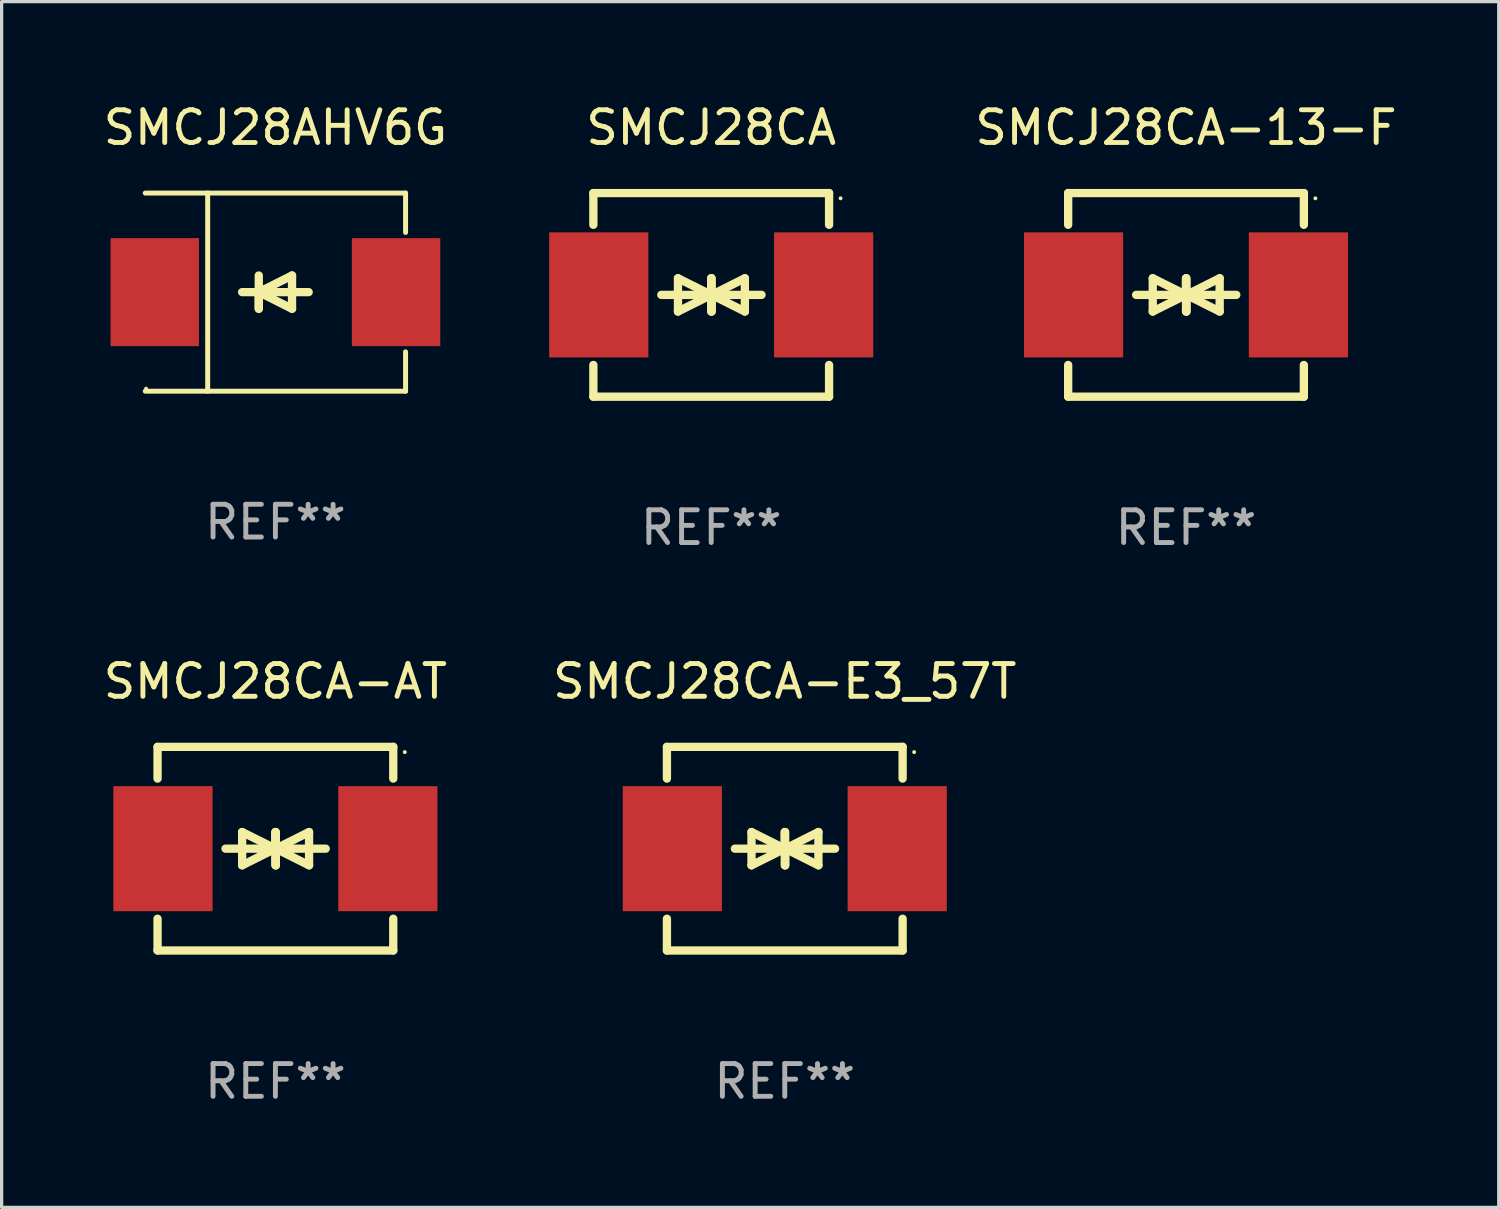
<source format=kicad_pcb>
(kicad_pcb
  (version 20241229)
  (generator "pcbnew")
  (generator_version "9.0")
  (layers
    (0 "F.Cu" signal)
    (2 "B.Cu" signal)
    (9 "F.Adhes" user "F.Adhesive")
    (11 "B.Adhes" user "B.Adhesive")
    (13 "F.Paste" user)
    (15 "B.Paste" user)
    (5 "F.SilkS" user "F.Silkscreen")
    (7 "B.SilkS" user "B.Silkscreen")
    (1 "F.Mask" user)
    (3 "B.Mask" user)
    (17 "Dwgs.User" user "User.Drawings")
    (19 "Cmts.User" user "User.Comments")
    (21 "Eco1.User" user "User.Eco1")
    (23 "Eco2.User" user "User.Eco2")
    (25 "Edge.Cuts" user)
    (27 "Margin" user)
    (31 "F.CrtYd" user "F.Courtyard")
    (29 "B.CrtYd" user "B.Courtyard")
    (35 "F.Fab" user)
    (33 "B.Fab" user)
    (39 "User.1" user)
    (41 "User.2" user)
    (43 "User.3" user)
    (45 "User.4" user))
  (footprint "SMCJ28CA-13-F"
    (layer "F.Cu")
    (at 33.18 5.958)
    (property "Reference" "SMCJ28CA-13-F" (at 0 -5.11 0) (layer "F.SilkS") (effects (font (size 1 1) (thickness 0.15))))
    (attr through_hole)
    (fp_line (start -3.6 -2.141) (end -3.6 -3.11) (stroke (width 0.254) (type solid)) (layer "F.SilkS"))
    (fp_line (start -3.6 3.11) (end -3.6 2.141) (stroke (width 0.254) (type solid)) (layer "F.SilkS"))
    (fp_line (start -1.524 0) (end 0.508 0) (stroke (width 0.254) (type solid)) (layer "F.SilkS"))
    (fp_line (start -1.016 -0.508) (end -1.016 0.508) (stroke (width 0.254) (type solid)) (layer "F.SilkS"))
    (fp_line (start -1.016 0.508) (end 0 0) (stroke (width 0.254) (type solid)) (layer "F.SilkS"))
    (fp_line (start 0 -0.508) (end 0 0.508) (stroke (width 0.254) (type solid)) (layer "F.SilkS"))
    (fp_line (start 0 0) (end -1.016 -0.508) (stroke (width 0.254) (type solid)) (layer "F.SilkS"))
    (fp_line (start 0 0) (end 0 -0.508) (stroke (width 0.254) (type solid)) (layer "F.SilkS"))
    (fp_line (start 0.012 0) (end 0.012 0.508) (stroke (width 0.254) (type solid)) (layer "F.SilkS"))
    (fp_line (start 0.012 0) (end 1.028 0.508) (stroke (width 0.254) (type solid)) (layer "F.SilkS"))
    (fp_line (start 0.012 0.508) (end 0.012 -0.508) (stroke (width 0.254) (type solid)) (layer "F.SilkS"))
    (fp_line (start 1.028 -0.508) (end 0.012 0) (stroke (width 0.254) (type solid)) (layer "F.SilkS"))
    (fp_line (start 1.028 0.508) (end 1.028 -0.508) (stroke (width 0.254) (type solid)) (layer "F.SilkS"))
    (fp_line (start 1.536 0) (end -0.496 0) (stroke (width 0.254) (type solid)) (layer "F.SilkS"))
    (fp_line (start 3.6 -3.11) (end -3.6 -3.11) (stroke (width 0.254) (type solid)) (layer "F.SilkS"))
    (fp_line (start 3.6 -2.141) (end 3.6 -3.11) (stroke (width 0.254) (type solid)) (layer "F.SilkS"))
    (fp_line (start 3.6 3.11) (end -3.6 3.11) (stroke (width 0.254) (type solid)) (layer "F.SilkS"))
    (fp_line (start 3.6 3.11) (end 3.6 2.141) (stroke (width 0.254) (type solid)) (layer "F.SilkS"))
    (fp_circle (center 3.952 -2.95) (end 3.982 -2.95) (stroke (width 0.06) (type solid)) (fill no) (layer "F.SilkS"))
    (fp_text user "REF**" (at 0 7.11 0) (layer "F.Fab") (effects (font (size 1 1) (thickness 0.15))))
    (pad "1" smd rect (at 3.435 0) (size 3.03 3.82) (layers "F.Cu" "F.Mask" "F.Paste"))
    (pad "2" smd rect (at -3.435 0) (size 3.03 3.82) (layers "F.Cu" "F.Mask" "F.Paste")))
  (footprint "SMCJ28CA-E3_57T"
    (layer "F.Cu")
    (at 20.923 22.875)
    (property "Reference" "SMCJ28CA-E3_57T" (at 0 -5.11 0) (layer "F.SilkS") (effects (font (size 1 1) (thickness 0.15))))
    (attr through_hole)
    (fp_line (start -3.6 -2.141) (end -3.6 -3.11) (stroke (width 0.254) (type solid)) (layer "F.SilkS"))
    (fp_line (start -3.6 3.11) (end -3.6 2.141) (stroke (width 0.254) (type solid)) (layer "F.SilkS"))
    (fp_line (start -1.524 0) (end 0.508 0) (stroke (width 0.254) (type solid)) (layer "F.SilkS"))
    (fp_line (start -1.016 -0.508) (end -1.016 0.508) (stroke (width 0.254) (type solid)) (layer "F.SilkS"))
    (fp_line (start -1.016 0.508) (end 0 0) (stroke (width 0.254) (type solid)) (layer "F.SilkS"))
    (fp_line (start 0 -0.508) (end 0 0.508) (stroke (width 0.254) (type solid)) (layer "F.SilkS"))
    (fp_line (start 0 0) (end -1.016 -0.508) (stroke (width 0.254) (type solid)) (layer "F.SilkS"))
    (fp_line (start 0 0) (end 0 -0.508) (stroke (width 0.254) (type solid)) (layer "F.SilkS"))
    (fp_line (start 0.012 0) (end 0.012 0.508) (stroke (width 0.254) (type solid)) (layer "F.SilkS"))
    (fp_line (start 0.012 0) (end 1.028 0.508) (stroke (width 0.254) (type solid)) (layer "F.SilkS"))
    (fp_line (start 0.012 0.508) (end 0.012 -0.508) (stroke (width 0.254) (type solid)) (layer "F.SilkS"))
    (fp_line (start 1.028 -0.508) (end 0.012 0) (stroke (width 0.254) (type solid)) (layer "F.SilkS"))
    (fp_line (start 1.028 0.508) (end 1.028 -0.508) (stroke (width 0.254) (type solid)) (layer "F.SilkS"))
    (fp_line (start 1.536 0) (end -0.496 0) (stroke (width 0.254) (type solid)) (layer "F.SilkS"))
    (fp_line (start 3.6 -3.11) (end -3.6 -3.11) (stroke (width 0.254) (type solid)) (layer "F.SilkS"))
    (fp_line (start 3.6 -2.141) (end 3.6 -3.11) (stroke (width 0.254) (type solid)) (layer "F.SilkS"))
    (fp_line (start 3.6 3.11) (end -3.6 3.11) (stroke (width 0.254) (type solid)) (layer "F.SilkS"))
    (fp_line (start 3.6 3.11) (end 3.6 2.141) (stroke (width 0.254) (type solid)) (layer "F.SilkS"))
    (fp_circle (center 3.952 -2.95) (end 3.982 -2.95) (stroke (width 0.06) (type solid)) (fill no) (layer "F.SilkS"))
    (fp_text user "REF**" (at 0 7.11 0) (layer "F.Fab") (effects (font (size 1 1) (thickness 0.15))))
    (pad "1" smd rect (at 3.435 0) (size 3.03 3.82) (layers "F.Cu" "F.Mask" "F.Paste"))
    (pad "2" smd rect (at -3.435 0) (size 3.03 3.82) (layers "F.Cu" "F.Mask" "F.Paste")))
  (footprint "SMCJ28CA-AT"
    (layer "F.Cu")
    (at 5.363 22.875)
    (property "Reference" "SMCJ28CA-AT" (at 0 -5.11 0) (layer "F.SilkS") (effects (font (size 1 1) (thickness 0.15))))
    (attr through_hole)
    (fp_line (start -3.6 -2.141) (end -3.6 -3.11) (stroke (width 0.254) (type solid)) (layer "F.SilkS"))
    (fp_line (start -3.6 3.11) (end -3.6 2.141) (stroke (width 0.254) (type solid)) (layer "F.SilkS"))
    (fp_line (start -1.524 0) (end 0.508 0) (stroke (width 0.254) (type solid)) (layer "F.SilkS"))
    (fp_line (start -1.016 -0.508) (end -1.016 0.508) (stroke (width 0.254) (type solid)) (layer "F.SilkS"))
    (fp_line (start -1.016 0.508) (end 0 0) (stroke (width 0.254) (type solid)) (layer "F.SilkS"))
    (fp_line (start 0 -0.508) (end 0 0.508) (stroke (width 0.254) (type solid)) (layer "F.SilkS"))
    (fp_line (start 0 0) (end -1.016 -0.508) (stroke (width 0.254) (type solid)) (layer "F.SilkS"))
    (fp_line (start 0 0) (end 0 -0.508) (stroke (width 0.254) (type solid)) (layer "F.SilkS"))
    (fp_line (start 0.012 0) (end 0.012 0.508) (stroke (width 0.254) (type solid)) (layer "F.SilkS"))
    (fp_line (start 0.012 0) (end 1.028 0.508) (stroke (width 0.254) (type solid)) (layer "F.SilkS"))
    (fp_line (start 0.012 0.508) (end 0.012 -0.508) (stroke (width 0.254) (type solid)) (layer "F.SilkS"))
    (fp_line (start 1.028 -0.508) (end 0.012 0) (stroke (width 0.254) (type solid)) (layer "F.SilkS"))
    (fp_line (start 1.028 0.508) (end 1.028 -0.508) (stroke (width 0.254) (type solid)) (layer "F.SilkS"))
    (fp_line (start 1.536 0) (end -0.496 0) (stroke (width 0.254) (type solid)) (layer "F.SilkS"))
    (fp_line (start 3.6 -3.11) (end -3.6 -3.11) (stroke (width 0.254) (type solid)) (layer "F.SilkS"))
    (fp_line (start 3.6 -2.141) (end 3.6 -3.11) (stroke (width 0.254) (type solid)) (layer "F.SilkS"))
    (fp_line (start 3.6 3.11) (end -3.6 3.11) (stroke (width 0.254) (type solid)) (layer "F.SilkS"))
    (fp_line (start 3.6 3.11) (end 3.6 2.141) (stroke (width 0.254) (type solid)) (layer "F.SilkS"))
    (fp_circle (center 3.952 -2.95) (end 3.982 -2.95) (stroke (width 0.06) (type solid)) (fill no) (layer "F.SilkS"))
    (fp_text user "REF**" (at 0 7.11 0) (layer "F.Fab") (effects (font (size 1 1) (thickness 0.15))))
    (pad "1" smd rect (at 3.435 0) (size 3.03 3.82) (layers "F.Cu" "F.Mask" "F.Paste"))
    (pad "2" smd rect (at -3.435 0) (size 3.03 3.82) (layers "F.Cu" "F.Mask" "F.Paste")))
  (footprint "SMCJ28CA"
    (layer "F.Cu")
    (at 18.676 5.958)
    (property "Reference" "SMCJ28CA" (at 0 -5.11 0) (layer "F.SilkS") (effects (font (size 1 1) (thickness 0.15))))
    (attr through_hole)
    (fp_line (start -3.6 -2.141) (end -3.6 -3.11) (stroke (width 0.254) (type solid)) (layer "F.SilkS"))
    (fp_line (start -3.6 3.11) (end -3.6 2.141) (stroke (width 0.254) (type solid)) (layer "F.SilkS"))
    (fp_line (start -1.524 0) (end 0.508 0) (stroke (width 0.254) (type solid)) (layer "F.SilkS"))
    (fp_line (start -1.016 -0.508) (end -1.016 0.508) (stroke (width 0.254) (type solid)) (layer "F.SilkS"))
    (fp_line (start -1.016 0.508) (end 0 0) (stroke (width 0.254) (type solid)) (layer "F.SilkS"))
    (fp_line (start 0 -0.508) (end 0 0.508) (stroke (width 0.254) (type solid)) (layer "F.SilkS"))
    (fp_line (start 0 0) (end -1.016 -0.508) (stroke (width 0.254) (type solid)) (layer "F.SilkS"))
    (fp_line (start 0 0) (end 0 -0.508) (stroke (width 0.254) (type solid)) (layer "F.SilkS"))
    (fp_line (start 0.012 0) (end 0.012 0.508) (stroke (width 0.254) (type solid)) (layer "F.SilkS"))
    (fp_line (start 0.012 0) (end 1.028 0.508) (stroke (width 0.254) (type solid)) (layer "F.SilkS"))
    (fp_line (start 0.012 0.508) (end 0.012 -0.508) (stroke (width 0.254) (type solid)) (layer "F.SilkS"))
    (fp_line (start 1.028 -0.508) (end 0.012 0) (stroke (width 0.254) (type solid)) (layer "F.SilkS"))
    (fp_line (start 1.028 0.508) (end 1.028 -0.508) (stroke (width 0.254) (type solid)) (layer "F.SilkS"))
    (fp_line (start 1.536 0) (end -0.496 0) (stroke (width 0.254) (type solid)) (layer "F.SilkS"))
    (fp_line (start 3.6 -3.11) (end -3.6 -3.11) (stroke (width 0.254) (type solid)) (layer "F.SilkS"))
    (fp_line (start 3.6 -2.141) (end 3.6 -3.11) (stroke (width 0.254) (type solid)) (layer "F.SilkS"))
    (fp_line (start 3.6 3.11) (end -3.6 3.11) (stroke (width 0.254) (type solid)) (layer "F.SilkS"))
    (fp_line (start 3.6 3.11) (end 3.6 2.141) (stroke (width 0.254) (type solid)) (layer "F.SilkS"))
    (fp_circle (center 3.952 -2.95) (end 3.982 -2.95) (stroke (width 0.06) (type solid)) (fill no) (layer "F.SilkS"))
    (fp_text user "REF**" (at 0 7.11 0) (layer "F.Fab") (effects (font (size 1 1) (thickness 0.15))))
    (pad "1" smd rect (at 3.435 0) (size 3.03 3.82) (layers "F.Cu" "F.Mask" "F.Paste"))
    (pad "2" smd rect (at -3.435 0) (size 3.03 3.82) (layers "F.Cu" "F.Mask" "F.Paste")))
  (footprint "SMCJ28AHV6G"
    (layer "F.Cu")
    (at 5.363 5.874)
    (property "Reference" "SMCJ28AHV6G" (at 0 -5.026 0) (layer "F.SilkS") (effects (font (size 1 1) (thickness 0.15))))
    (attr through_hole)
    (fp_line (start -3.976 -3.026) (end 3.976 -3.026) (stroke (width 0.152) (type solid)) (layer "F.SilkS"))
    (fp_line (start -3.976 3.026) (end 3.976 3.026) (stroke (width 0.152) (type solid)) (layer "F.SilkS"))
    (fp_line (start -2.069 -3.026) (end -2.069 3.026) (stroke (width 0.152) (type solid)) (layer "F.SilkS"))
    (fp_line (start -0.508 0) (end -0.508 0.508) (stroke (width 0.254) (type solid)) (layer "F.SilkS"))
    (fp_line (start -0.508 0) (end 0.508 0.508) (stroke (width 0.254) (type solid)) (layer "F.SilkS"))
    (fp_line (start -0.508 0.508) (end -0.508 -0.508) (stroke (width 0.254) (type solid)) (layer "F.SilkS"))
    (fp_line (start 0.508 -0.508) (end -0.508 0) (stroke (width 0.254) (type solid)) (layer "F.SilkS"))
    (fp_line (start 0.508 0.508) (end 0.508 -0.508) (stroke (width 0.254) (type solid)) (layer "F.SilkS"))
    (fp_line (start 1.016 0) (end -1.016 0) (stroke (width 0.254) (type solid)) (layer "F.SilkS"))
    (fp_line (start 3.976 -3.026) (end 3.976 -1.823) (stroke (width 0.152) (type solid)) (layer "F.SilkS"))
    (fp_line (start 3.976 3.026) (end 3.976 1.823) (stroke (width 0.152) (type solid)) (layer "F.SilkS"))
    (fp_circle (center -3.95 2.95) (end -3.92 2.95) (stroke (width 0.06) (type solid)) (fill no) (layer "F.SilkS"))
    (fp_text user "REF**" (at 0 7.026 0) (layer "F.Fab") (effects (font (size 1 1) (thickness 0.15))))
    (pad "1" smd rect (at -3.686 0) (size 2.7 3.3) (layers "F.Cu" "F.Mask" "F.Paste"))
    (pad "2" smd rect (at 3.686 0) (size 2.7 3.3) (layers "F.Cu" "F.Mask" "F.Paste")))
  (gr_rect
    (start -3 -3)
    (end 42.733 33.833)
    (stroke (width 0.1) (type default))
    (fill no)
    (layer "Edge.Cuts")))
</source>
